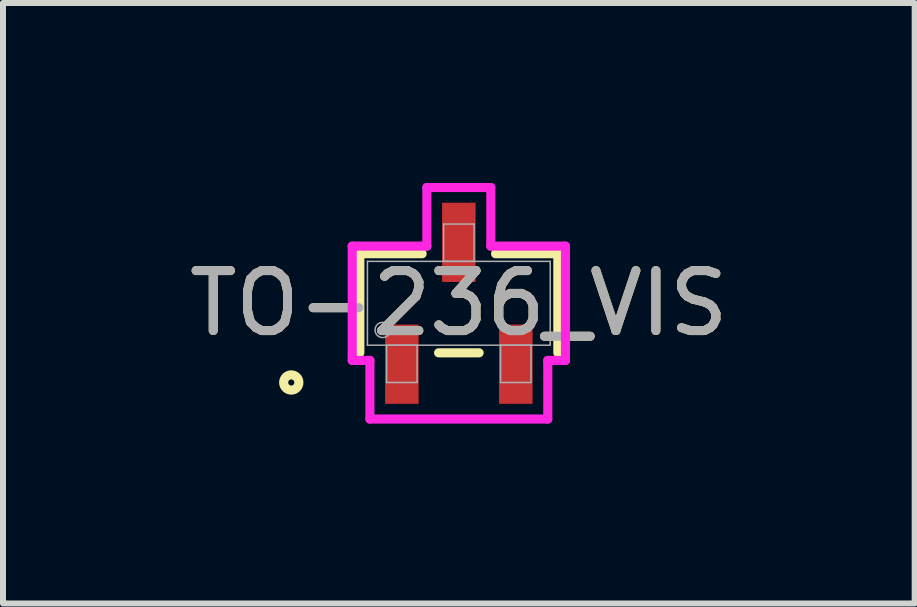
<source format=kicad_pcb>
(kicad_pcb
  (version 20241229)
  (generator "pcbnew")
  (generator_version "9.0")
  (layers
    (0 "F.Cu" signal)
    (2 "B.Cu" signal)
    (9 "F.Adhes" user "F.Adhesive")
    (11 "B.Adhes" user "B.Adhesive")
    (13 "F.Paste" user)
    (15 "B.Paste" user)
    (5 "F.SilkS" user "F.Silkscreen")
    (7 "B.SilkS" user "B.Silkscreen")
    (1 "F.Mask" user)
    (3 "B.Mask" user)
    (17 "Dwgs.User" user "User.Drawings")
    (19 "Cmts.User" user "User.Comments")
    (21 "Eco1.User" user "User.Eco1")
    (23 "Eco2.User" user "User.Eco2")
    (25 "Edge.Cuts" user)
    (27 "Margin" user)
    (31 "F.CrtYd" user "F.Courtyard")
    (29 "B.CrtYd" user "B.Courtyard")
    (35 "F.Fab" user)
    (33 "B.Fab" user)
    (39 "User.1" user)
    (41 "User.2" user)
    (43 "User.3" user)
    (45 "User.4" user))
  (footprint "TO-236_VIS"
    (layer "F.Cu")
    (at 4.601 2.007)
    (property "Reference" "TO-236_VIS" (at 0 0 0) (unlocked yes) (layer "F.SilkS") (effects (font (size 1 1) (thickness 0.15))))
    (attr smd)
    (fp_line (start -1.651 -0.826) (end -1.651 0.826) (stroke (width 0.152) (type solid)) (layer "F.SilkS"))
    (fp_line (start -0.612 -0.826) (end -1.651 -0.826) (stroke (width 0.152) (type solid)) (layer "F.SilkS"))
    (fp_line (start -0.338 0.826) (end 0.338 0.826) (stroke (width 0.152) (type solid)) (layer "F.SilkS"))
    (fp_line (start 1.651 -0.826) (end 0.612 -0.826) (stroke (width 0.152) (type solid)) (layer "F.SilkS"))
    (fp_line (start 1.651 0.826) (end 1.651 -0.826) (stroke (width 0.152) (type solid)) (layer "F.SilkS"))
    (fp_circle (center -2.794 1.321) (end -2.667 1.321) (stroke (width 0.152) (type solid)) (fill no) (layer "F.SilkS"))
    (fp_line (start -1.778 -0.953) (end -0.533 -0.953) (stroke (width 0.152) (type solid)) (layer "F.CrtYd"))
    (fp_line (start -1.778 0.953) (end -1.778 -0.953) (stroke (width 0.152) (type solid)) (layer "F.CrtYd"))
    (fp_line (start -1.778 0.953) (end -1.483 0.953) (stroke (width 0.152) (type solid)) (layer "F.CrtYd"))
    (fp_line (start -1.483 0.953) (end -1.483 1.93) (stroke (width 0.152) (type solid)) (layer "F.CrtYd"))
    (fp_line (start -1.483 1.93) (end 1.483 1.93) (stroke (width 0.152) (type solid)) (layer "F.CrtYd"))
    (fp_line (start -0.533 -1.93) (end 0.533 -1.93) (stroke (width 0.152) (type solid)) (layer "F.CrtYd"))
    (fp_line (start -0.533 -0.953) (end -0.533 -1.93) (stroke (width 0.152) (type solid)) (layer "F.CrtYd"))
    (fp_line (start 0.533 -0.953) (end 0.533 -1.93) (stroke (width 0.152) (type solid)) (layer "F.CrtYd"))
    (fp_line (start 1.483 0.953) (end 1.483 1.93) (stroke (width 0.152) (type solid)) (layer "F.CrtYd"))
    (fp_line (start 1.778 -0.953) (end 0.533 -0.953) (stroke (width 0.152) (type solid)) (layer "F.CrtYd"))
    (fp_line (start 1.778 -0.953) (end 1.778 0.953) (stroke (width 0.152) (type solid)) (layer "F.CrtYd"))
    (fp_line (start 1.778 0.953) (end 1.483 0.953) (stroke (width 0.152) (type solid)) (layer "F.CrtYd"))
    (fp_line (start -1.524 -0.699) (end -1.524 0.699) (stroke (width 0.025) (type solid)) (layer "F.Fab"))
    (fp_line (start -1.524 0.699) (end 1.524 0.699) (stroke (width 0.025) (type solid)) (layer "F.Fab"))
    (fp_line (start -1.204 0.699) (end -1.204 1.321) (stroke (width 0.025) (type solid)) (layer "F.Fab"))
    (fp_line (start -1.204 1.321) (end -0.696 1.321) (stroke (width 0.025) (type solid)) (layer "F.Fab"))
    (fp_line (start -0.696 0.699) (end -1.204 0.699) (stroke (width 0.025) (type solid)) (layer "F.Fab"))
    (fp_line (start -0.696 1.321) (end -0.696 0.699) (stroke (width 0.025) (type solid)) (layer "F.Fab"))
    (fp_line (start -0.254 -1.321) (end -0.254 -0.699) (stroke (width 0.025) (type solid)) (layer "F.Fab"))
    (fp_line (start -0.254 -0.699) (end 0.254 -0.699) (stroke (width 0.025) (type solid)) (layer "F.Fab"))
    (fp_line (start 0.254 -1.321) (end -0.254 -1.321) (stroke (width 0.025) (type solid)) (layer "F.Fab"))
    (fp_line (start 0.254 -0.699) (end 0.254 -1.321) (stroke (width 0.025) (type solid)) (layer "F.Fab"))
    (fp_line (start 0.696 0.699) (end 0.696 1.321) (stroke (width 0.025) (type solid)) (layer "F.Fab"))
    (fp_line (start 0.696 1.321) (end 1.204 1.321) (stroke (width 0.025) (type solid)) (layer "F.Fab"))
    (fp_line (start 1.204 0.699) (end 0.696 0.699) (stroke (width 0.025) (type solid)) (layer "F.Fab"))
    (fp_line (start 1.204 1.321) (end 1.204 0.699) (stroke (width 0.025) (type solid)) (layer "F.Fab"))
    (fp_line (start 1.524 -0.699) (end -1.524 -0.699) (stroke (width 0.025) (type solid)) (layer "F.Fab"))
    (fp_line (start 1.524 0.699) (end 1.524 -0.699) (stroke (width 0.025) (type solid)) (layer "F.Fab"))
    (fp_circle (center -1.27 0.445) (end -1.143 0.445) (stroke (width 0.025) (type solid)) (fill no) (layer "F.Fab"))
    (fp_text user "${REFERENCE}" (at 0 0 0) (unlocked yes) (layer "F.Fab") (effects (font (size 1 1) (thickness 0.15))))
    (pad "1" smd rect (at -0.95 1.016) (size 0.559 1.321) (layers "F.Cu" "F.Mask" "F.Paste"))
    (pad "2" smd rect (at 0.95 1.016) (size 0.559 1.321) (layers "F.Cu" "F.Mask" "F.Paste"))
    (pad "3" smd rect (at 0 -1.016) (size 0.559 1.321) (layers "F.Cu" "F.Mask" "F.Paste")))
  (gr_rect
    (start -3 -3)
    (end 12.202 7.013)
    (stroke (width 0.1) (type default))
    (fill no)
    (layer "Edge.Cuts")))
</source>
